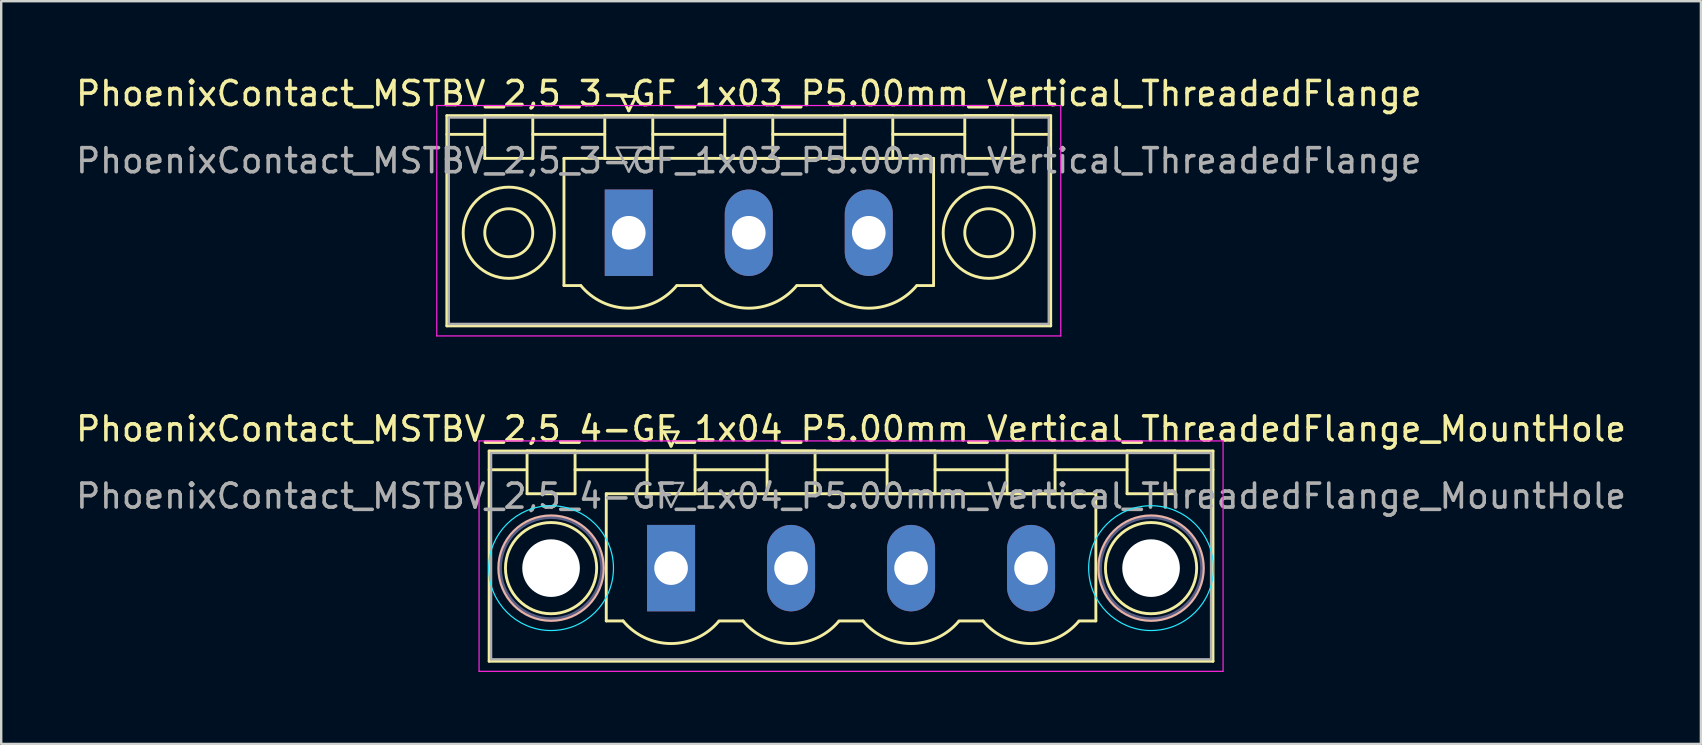
<source format=kicad_pcb>
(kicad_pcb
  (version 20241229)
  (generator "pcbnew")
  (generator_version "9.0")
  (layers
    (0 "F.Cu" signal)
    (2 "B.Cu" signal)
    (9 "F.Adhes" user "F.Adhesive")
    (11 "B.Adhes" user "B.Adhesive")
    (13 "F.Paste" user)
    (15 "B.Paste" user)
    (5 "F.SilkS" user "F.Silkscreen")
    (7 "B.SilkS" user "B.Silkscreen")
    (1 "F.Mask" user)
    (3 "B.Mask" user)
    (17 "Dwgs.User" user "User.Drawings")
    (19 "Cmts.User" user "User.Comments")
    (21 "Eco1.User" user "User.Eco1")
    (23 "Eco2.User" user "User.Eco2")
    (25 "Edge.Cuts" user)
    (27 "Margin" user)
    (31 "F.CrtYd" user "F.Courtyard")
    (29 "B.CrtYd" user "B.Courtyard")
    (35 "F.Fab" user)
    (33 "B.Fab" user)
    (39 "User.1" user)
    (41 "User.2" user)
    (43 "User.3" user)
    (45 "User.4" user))
  (footprint "PhoenixContact_MSTBV_2,5_3-GF_1x03_P5.00mm_Vertical_ThreadedFlange"
    (layer "F.Cu")
    (at 23.149 6.648)
    (property "Reference" "PhoenixContact_MSTBV_2,5_3-GF_1x03_P5.00mm_Vertical_ThreadedFlange" (at 5 -5.8 0) (layer "F.SilkS") (effects (font (size 1 1) (thickness 0.15))))
    (attr through_hole)
    (fp_line (start -7.58 -4.88) (end -7.58 3.88) (stroke (width 0.12) (type solid)) (layer "F.SilkS"))
    (fp_line (start -7.58 -4.1) (end -6.08 -4.1) (stroke (width 0.12) (type solid)) (layer "F.SilkS"))
    (fp_line (start -7.58 3.88) (end 17.58 3.88) (stroke (width 0.12) (type solid)) (layer "F.SilkS"))
    (fp_line (start -6 -4.88) (end -4 -4.88) (stroke (width 0.12) (type solid)) (layer "F.SilkS"))
    (fp_line (start -6 -3.1) (end -6 -4.88) (stroke (width 0.12) (type solid)) (layer "F.SilkS"))
    (fp_line (start -4 -4.88) (end -4 -3.1) (stroke (width 0.12) (type solid)) (layer "F.SilkS"))
    (fp_line (start -4 -4.1) (end -1 -4.1) (stroke (width 0.12) (type solid)) (layer "F.SilkS"))
    (fp_line (start -4 -3.1) (end -6 -3.1) (stroke (width 0.12) (type solid)) (layer "F.SilkS"))
    (fp_line (start -2.7 -3.1) (end 12.7 -3.1) (stroke (width 0.12) (type solid)) (layer "F.SilkS"))
    (fp_line (start -2.7 2.2) (end -2.7 -3.1) (stroke (width 0.12) (type solid)) (layer "F.SilkS"))
    (fp_line (start -2 2.2) (end -2.7 2.2) (stroke (width 0.12) (type solid)) (layer "F.SilkS"))
    (fp_line (start -1 -4.88) (end 1 -4.88) (stroke (width 0.12) (type solid)) (layer "F.SilkS"))
    (fp_line (start -1 -3.1) (end -1 -4.88) (stroke (width 0.12) (type solid)) (layer "F.SilkS"))
    (fp_line (start -0.3 -5.68) (end 0.3 -5.68) (stroke (width 0.12) (type solid)) (layer "F.SilkS"))
    (fp_line (start 0 -5.08) (end -0.3 -5.68) (stroke (width 0.12) (type solid)) (layer "F.SilkS"))
    (fp_line (start 0.3 -5.68) (end 0 -5.08) (stroke (width 0.12) (type solid)) (layer "F.SilkS"))
    (fp_line (start 1 -4.88) (end 1 -3.1) (stroke (width 0.12) (type solid)) (layer "F.SilkS"))
    (fp_line (start 1 -4.1) (end 4 -4.1) (stroke (width 0.12) (type solid)) (layer "F.SilkS"))
    (fp_line (start 1 -3.1) (end -1 -3.1) (stroke (width 0.12) (type solid)) (layer "F.SilkS"))
    (fp_line (start 2 2.2) (end 3 2.2) (stroke (width 0.12) (type solid)) (layer "F.SilkS"))
    (fp_line (start 4 -4.88) (end 6 -4.88) (stroke (width 0.12) (type solid)) (layer "F.SilkS"))
    (fp_line (start 4 -3.1) (end 4 -4.88) (stroke (width 0.12) (type solid)) (layer "F.SilkS"))
    (fp_line (start 6 -4.88) (end 6 -3.1) (stroke (width 0.12) (type solid)) (layer "F.SilkS"))
    (fp_line (start 6 -4.1) (end 9 -4.1) (stroke (width 0.12) (type solid)) (layer "F.SilkS"))
    (fp_line (start 6 -3.1) (end 4 -3.1) (stroke (width 0.12) (type solid)) (layer "F.SilkS"))
    (fp_line (start 7 2.2) (end 8 2.2) (stroke (width 0.12) (type solid)) (layer "F.SilkS"))
    (fp_line (start 9 -4.88) (end 11 -4.88) (stroke (width 0.12) (type solid)) (layer "F.SilkS"))
    (fp_line (start 9 -3.1) (end 9 -4.88) (stroke (width 0.12) (type solid)) (layer "F.SilkS"))
    (fp_line (start 11 -4.88) (end 11 -3.1) (stroke (width 0.12) (type solid)) (layer "F.SilkS"))
    (fp_line (start 11 -4.1) (end 14 -4.1) (stroke (width 0.12) (type solid)) (layer "F.SilkS"))
    (fp_line (start 11 -3.1) (end 9 -3.1) (stroke (width 0.12) (type solid)) (layer "F.SilkS"))
    (fp_line (start 12.7 -3.1) (end 12.7 2.2) (stroke (width 0.12) (type solid)) (layer "F.SilkS"))
    (fp_line (start 12.7 2.2) (end 12 2.2) (stroke (width 0.12) (type solid)) (layer "F.SilkS"))
    (fp_line (start 14 -4.88) (end 16 -4.88) (stroke (width 0.12) (type solid)) (layer "F.SilkS"))
    (fp_line (start 14 -3.1) (end 14 -4.88) (stroke (width 0.12) (type solid)) (layer "F.SilkS"))
    (fp_line (start 16 -4.88) (end 16 -3.1) (stroke (width 0.12) (type solid)) (layer "F.SilkS"))
    (fp_line (start 16 -3.1) (end 14 -3.1) (stroke (width 0.12) (type solid)) (layer "F.SilkS"))
    (fp_line (start 17.58 -4.88) (end -7.58 -4.88) (stroke (width 0.12) (type solid)) (layer "F.SilkS"))
    (fp_line (start 17.58 -4.1) (end 16.08 -4.1) (stroke (width 0.12) (type solid)) (layer "F.SilkS"))
    (fp_line (start 17.58 3.88) (end 17.58 -4.88) (stroke (width 0.12) (type solid)) (layer "F.SilkS"))
    (fp_arc (start 1.986842 2.215821) (mid -0.010289 3.142758) (end -2 2.2) (stroke (width 0.12) (type solid)) (layer "F.SilkS"))
    (fp_arc (start 6.986842 2.215821) (mid 4.989711 3.142758) (end 3 2.2) (stroke (width 0.12) (type solid)) (layer "F.SilkS"))
    (fp_arc (start 11.986842 2.215821) (mid 9.989711 3.142758) (end 8 2.2) (stroke (width 0.12) (type solid)) (layer "F.SilkS"))
    (fp_circle (center -5 0) (end -4 0) (stroke (width 0.12) (type solid)) (fill no) (layer "F.SilkS"))
    (fp_circle (center -5 0) (end -3.1 0) (stroke (width 0.12) (type solid)) (fill no) (layer "F.SilkS"))
    (fp_circle (center 15 0) (end 16 0) (stroke (width 0.12) (type solid)) (fill no) (layer "F.SilkS"))
    (fp_circle (center 15 0) (end 16.9 0) (stroke (width 0.12) (type solid)) (fill no) (layer "F.SilkS"))
    (fp_line (start -8 -5.3) (end -8 4.3) (stroke (width 0.05) (type solid)) (layer "F.CrtYd"))
    (fp_line (start -8 4.3) (end 18 4.3) (stroke (width 0.05) (type solid)) (layer "F.CrtYd"))
    (fp_line (start 18 -5.3) (end -8 -5.3) (stroke (width 0.05) (type solid)) (layer "F.CrtYd"))
    (fp_line (start 18 4.3) (end 18 -5.3) (stroke (width 0.05) (type solid)) (layer "F.CrtYd"))
    (fp_line (start -7.5 -4.8) (end -7.5 3.8) (stroke (width 0.1) (type solid)) (layer "F.Fab"))
    (fp_line (start -7.5 3.8) (end 17.5 3.8) (stroke (width 0.1) (type solid)) (layer "F.Fab"))
    (fp_line (start -0.5 -3.55) (end 0.5 -3.55) (stroke (width 0.1) (type solid)) (layer "F.Fab"))
    (fp_line (start 0 -2.55) (end -0.5 -3.55) (stroke (width 0.1) (type solid)) (layer "F.Fab"))
    (fp_line (start 0.5 -3.55) (end 0 -2.55) (stroke (width 0.1) (type solid)) (layer "F.Fab"))
    (fp_line (start 17.5 -4.8) (end -7.5 -4.8) (stroke (width 0.1) (type solid)) (layer "F.Fab"))
    (fp_line (start 17.5 3.8) (end 17.5 -4.8) (stroke (width 0.1) (type solid)) (layer "F.Fab"))
    (fp_text user "${REFERENCE}" (at 5 -3 0) (layer "F.Fab") (effects (font (size 1 1) (thickness 0.15))))
    (pad "1" thru_hole rect (at 0 0) (size 2 3.6) (drill 1.4) (layers "*.Cu" "*.Mask"))
    (pad "2" thru_hole oval (at 5 0) (size 2 3.6) (drill 1.4) (layers "*.Cu" "*.Mask"))
    (pad "3" thru_hole oval (at 10 0) (size 2 3.6) (drill 1.4) (layers "*.Cu" "*.Mask")))
  (footprint "PhoenixContact_MSTBV_2,5_4-GF_1x04_P5.00mm_Vertical_ThreadedFlange_MountHole"
    (layer "F.Cu")
    (at 24.911 20.622)
    (property "Reference" "PhoenixContact_MSTBV_2,5_4-GF_1x04_P5.00mm_Vertical_ThreadedFlange_MountHole" (at 7.5 -5.8 0) (layer "F.SilkS") (effects (font (size 1 1) (thickness 0.15))))
    (attr through_hole)
    (fp_line (start -7.58 -4.88) (end -7.58 3.88) (stroke (width 0.12) (type solid)) (layer "F.SilkS"))
    (fp_line (start -7.58 -4.1) (end -6.08 -4.1) (stroke (width 0.12) (type solid)) (layer "F.SilkS"))
    (fp_line (start -7.58 3.88) (end 22.58 3.88) (stroke (width 0.12) (type solid)) (layer "F.SilkS"))
    (fp_line (start -6 -4.88) (end -4 -4.88) (stroke (width 0.12) (type solid)) (layer "F.SilkS"))
    (fp_line (start -6 -3.1) (end -6 -4.88) (stroke (width 0.12) (type solid)) (layer "F.SilkS"))
    (fp_line (start -4 -4.88) (end -4 -3.1) (stroke (width 0.12) (type solid)) (layer "F.SilkS"))
    (fp_line (start -4 -4.1) (end -1 -4.1) (stroke (width 0.12) (type solid)) (layer "F.SilkS"))
    (fp_line (start -4 -3.1) (end -6 -3.1) (stroke (width 0.12) (type solid)) (layer "F.SilkS"))
    (fp_line (start -2.7 -3.1) (end 17.7 -3.1) (stroke (width 0.12) (type solid)) (layer "F.SilkS"))
    (fp_line (start -2.7 2.2) (end -2.7 -3.1) (stroke (width 0.12) (type solid)) (layer "F.SilkS"))
    (fp_line (start -2 2.2) (end -2.7 2.2) (stroke (width 0.12) (type solid)) (layer "F.SilkS"))
    (fp_line (start -1 -4.88) (end 1 -4.88) (stroke (width 0.12) (type solid)) (layer "F.SilkS"))
    (fp_line (start -1 -3.1) (end -1 -4.88) (stroke (width 0.12) (type solid)) (layer "F.SilkS"))
    (fp_line (start -0.3 -5.68) (end 0.3 -5.68) (stroke (width 0.12) (type solid)) (layer "F.SilkS"))
    (fp_line (start 0 -5.08) (end -0.3 -5.68) (stroke (width 0.12) (type solid)) (layer "F.SilkS"))
    (fp_line (start 0.3 -5.68) (end 0 -5.08) (stroke (width 0.12) (type solid)) (layer "F.SilkS"))
    (fp_line (start 1 -4.88) (end 1 -3.1) (stroke (width 0.12) (type solid)) (layer "F.SilkS"))
    (fp_line (start 1 -4.1) (end 4 -4.1) (stroke (width 0.12) (type solid)) (layer "F.SilkS"))
    (fp_line (start 1 -3.1) (end -1 -3.1) (stroke (width 0.12) (type solid)) (layer "F.SilkS"))
    (fp_line (start 2 2.2) (end 3 2.2) (stroke (width 0.12) (type solid)) (layer "F.SilkS"))
    (fp_line (start 4 -4.88) (end 6 -4.88) (stroke (width 0.12) (type solid)) (layer "F.SilkS"))
    (fp_line (start 4 -3.1) (end 4 -4.88) (stroke (width 0.12) (type solid)) (layer "F.SilkS"))
    (fp_line (start 6 -4.88) (end 6 -3.1) (stroke (width 0.12) (type solid)) (layer "F.SilkS"))
    (fp_line (start 6 -4.1) (end 9 -4.1) (stroke (width 0.12) (type solid)) (layer "F.SilkS"))
    (fp_line (start 6 -3.1) (end 4 -3.1) (stroke (width 0.12) (type solid)) (layer "F.SilkS"))
    (fp_line (start 7 2.2) (end 8 2.2) (stroke (width 0.12) (type solid)) (layer "F.SilkS"))
    (fp_line (start 9 -4.88) (end 11 -4.88) (stroke (width 0.12) (type solid)) (layer "F.SilkS"))
    (fp_line (start 9 -3.1) (end 9 -4.88) (stroke (width 0.12) (type solid)) (layer "F.SilkS"))
    (fp_line (start 11 -4.88) (end 11 -3.1) (stroke (width 0.12) (type solid)) (layer "F.SilkS"))
    (fp_line (start 11 -4.1) (end 14 -4.1) (stroke (width 0.12) (type solid)) (layer "F.SilkS"))
    (fp_line (start 11 -3.1) (end 9 -3.1) (stroke (width 0.12) (type solid)) (layer "F.SilkS"))
    (fp_line (start 12 2.2) (end 13 2.2) (stroke (width 0.12) (type solid)) (layer "F.SilkS"))
    (fp_line (start 14 -4.88) (end 16 -4.88) (stroke (width 0.12) (type solid)) (layer "F.SilkS"))
    (fp_line (start 14 -3.1) (end 14 -4.88) (stroke (width 0.12) (type solid)) (layer "F.SilkS"))
    (fp_line (start 16 -4.88) (end 16 -3.1) (stroke (width 0.12) (type solid)) (layer "F.SilkS"))
    (fp_line (start 16 -4.1) (end 19 -4.1) (stroke (width 0.12) (type solid)) (layer "F.SilkS"))
    (fp_line (start 16 -3.1) (end 14 -3.1) (stroke (width 0.12) (type solid)) (layer "F.SilkS"))
    (fp_line (start 17.7 -3.1) (end 17.7 2.2) (stroke (width 0.12) (type solid)) (layer "F.SilkS"))
    (fp_line (start 17.7 2.2) (end 17 2.2) (stroke (width 0.12) (type solid)) (layer "F.SilkS"))
    (fp_line (start 19 -4.88) (end 21 -4.88) (stroke (width 0.12) (type solid)) (layer "F.SilkS"))
    (fp_line (start 19 -3.1) (end 19 -4.88) (stroke (width 0.12) (type solid)) (layer "F.SilkS"))
    (fp_line (start 21 -4.88) (end 21 -3.1) (stroke (width 0.12) (type solid)) (layer "F.SilkS"))
    (fp_line (start 21 -3.1) (end 19 -3.1) (stroke (width 0.12) (type solid)) (layer "F.SilkS"))
    (fp_line (start 22.58 -4.88) (end -7.58 -4.88) (stroke (width 0.12) (type solid)) (layer "F.SilkS"))
    (fp_line (start 22.58 -4.1) (end 21.08 -4.1) (stroke (width 0.12) (type solid)) (layer "F.SilkS"))
    (fp_line (start 22.58 3.88) (end 22.58 -4.88) (stroke (width 0.12) (type solid)) (layer "F.SilkS"))
    (fp_arc (start 1.986842 2.215821) (mid -0.010289 3.142758) (end -2 2.2) (stroke (width 0.12) (type solid)) (layer "F.SilkS"))
    (fp_arc (start 6.986842 2.215821) (mid 4.989711 3.142758) (end 3 2.2) (stroke (width 0.12) (type solid)) (layer "F.SilkS"))
    (fp_arc (start 11.986842 2.215821) (mid 9.989711 3.142758) (end 8 2.2) (stroke (width 0.12) (type solid)) (layer "F.SilkS"))
    (fp_arc (start 16.986842 2.215821) (mid 14.989711 3.142758) (end 13 2.2) (stroke (width 0.12) (type solid)) (layer "F.SilkS"))
    (fp_circle (center -5 0) (end -3.1 0) (stroke (width 0.12) (type solid)) (fill no) (layer "F.SilkS"))
    (fp_circle (center 20 0) (end 21.9 0) (stroke (width 0.12) (type solid)) (fill no) (layer "F.SilkS"))
    (fp_circle (center -5 0) (end -2.82 0) (stroke (width 0.12) (type solid)) (fill no) (layer "B.SilkS"))
    (fp_circle (center 20 0) (end 22.18 0) (stroke (width 0.12) (type solid)) (fill no) (layer "B.SilkS"))
    (fp_circle (center -5 0) (end -2.4 0) (stroke (width 0.05) (type solid)) (fill no) (layer "B.CrtYd"))
    (fp_circle (center 20 0) (end 22.6 0) (stroke (width 0.05) (type solid)) (fill no) (layer "B.CrtYd"))
    (fp_line (start -8 -5.3) (end -8 4.3) (stroke (width 0.05) (type solid)) (layer "F.CrtYd"))
    (fp_line (start -8 4.3) (end 23 4.3) (stroke (width 0.05) (type solid)) (layer "F.CrtYd"))
    (fp_line (start 23 -5.3) (end -8 -5.3) (stroke (width 0.05) (type solid)) (layer "F.CrtYd"))
    (fp_line (start 23 4.3) (end 23 -5.3) (stroke (width 0.05) (type solid)) (layer "F.CrtYd"))
    (fp_circle (center -5 0) (end -2.9 0) (stroke (width 0.1) (type solid)) (fill no) (layer "B.Fab"))
    (fp_circle (center 20 0) (end 22.1 0) (stroke (width 0.1) (type solid)) (fill no) (layer "B.Fab"))
    (fp_line (start -7.5 -4.8) (end -7.5 3.8) (stroke (width 0.1) (type solid)) (layer "F.Fab"))
    (fp_line (start -7.5 3.8) (end 22.5 3.8) (stroke (width 0.1) (type solid)) (layer "F.Fab"))
    (fp_line (start -0.5 -3.55) (end 0.5 -3.55) (stroke (width 0.1) (type solid)) (layer "F.Fab"))
    (fp_line (start 0 -2.55) (end -0.5 -3.55) (stroke (width 0.1) (type solid)) (layer "F.Fab"))
    (fp_line (start 0.5 -3.55) (end 0 -2.55) (stroke (width 0.1) (type solid)) (layer "F.Fab"))
    (fp_line (start 22.5 -4.8) (end -7.5 -4.8) (stroke (width 0.1) (type solid)) (layer "F.Fab"))
    (fp_line (start 22.5 3.8) (end 22.5 -4.8) (stroke (width 0.1) (type solid)) (layer "F.Fab"))
    (fp_text user "${REFERENCE}" (at 7.5 -3 0) (layer "F.Fab") (effects (font (size 1 1) (thickness 0.15))))
    (pad "" np_thru_hole circle (at -5 0) (size 2.4 2.4) (drill 2.4) (layers "*.Cu" "*.Mask"))
    (pad "" np_thru_hole circle (at 20 0) (size 2.4 2.4) (drill 2.4) (layers "*.Cu" "*.Mask"))
    (pad "1" thru_hole rect (at 0 0) (size 2 3.6) (drill 1.4) (layers "*.Cu" "*.Mask"))
    (pad "2" thru_hole oval (at 5 0) (size 2 3.6) (drill 1.4) (layers "*.Cu" "*.Mask"))
    (pad "3" thru_hole oval (at 10 0) (size 2 3.6) (drill 1.4) (layers "*.Cu" "*.Mask"))
    (pad "4" thru_hole oval (at 15 0) (size 2 3.6) (drill 1.4) (layers "*.Cu" "*.Mask")))
  (gr_rect
    (start -3 -3)
    (end 67.821 27.947)
    (stroke (width 0.1) (type default))
    (fill no)
    (layer "Edge.Cuts")))
</source>
